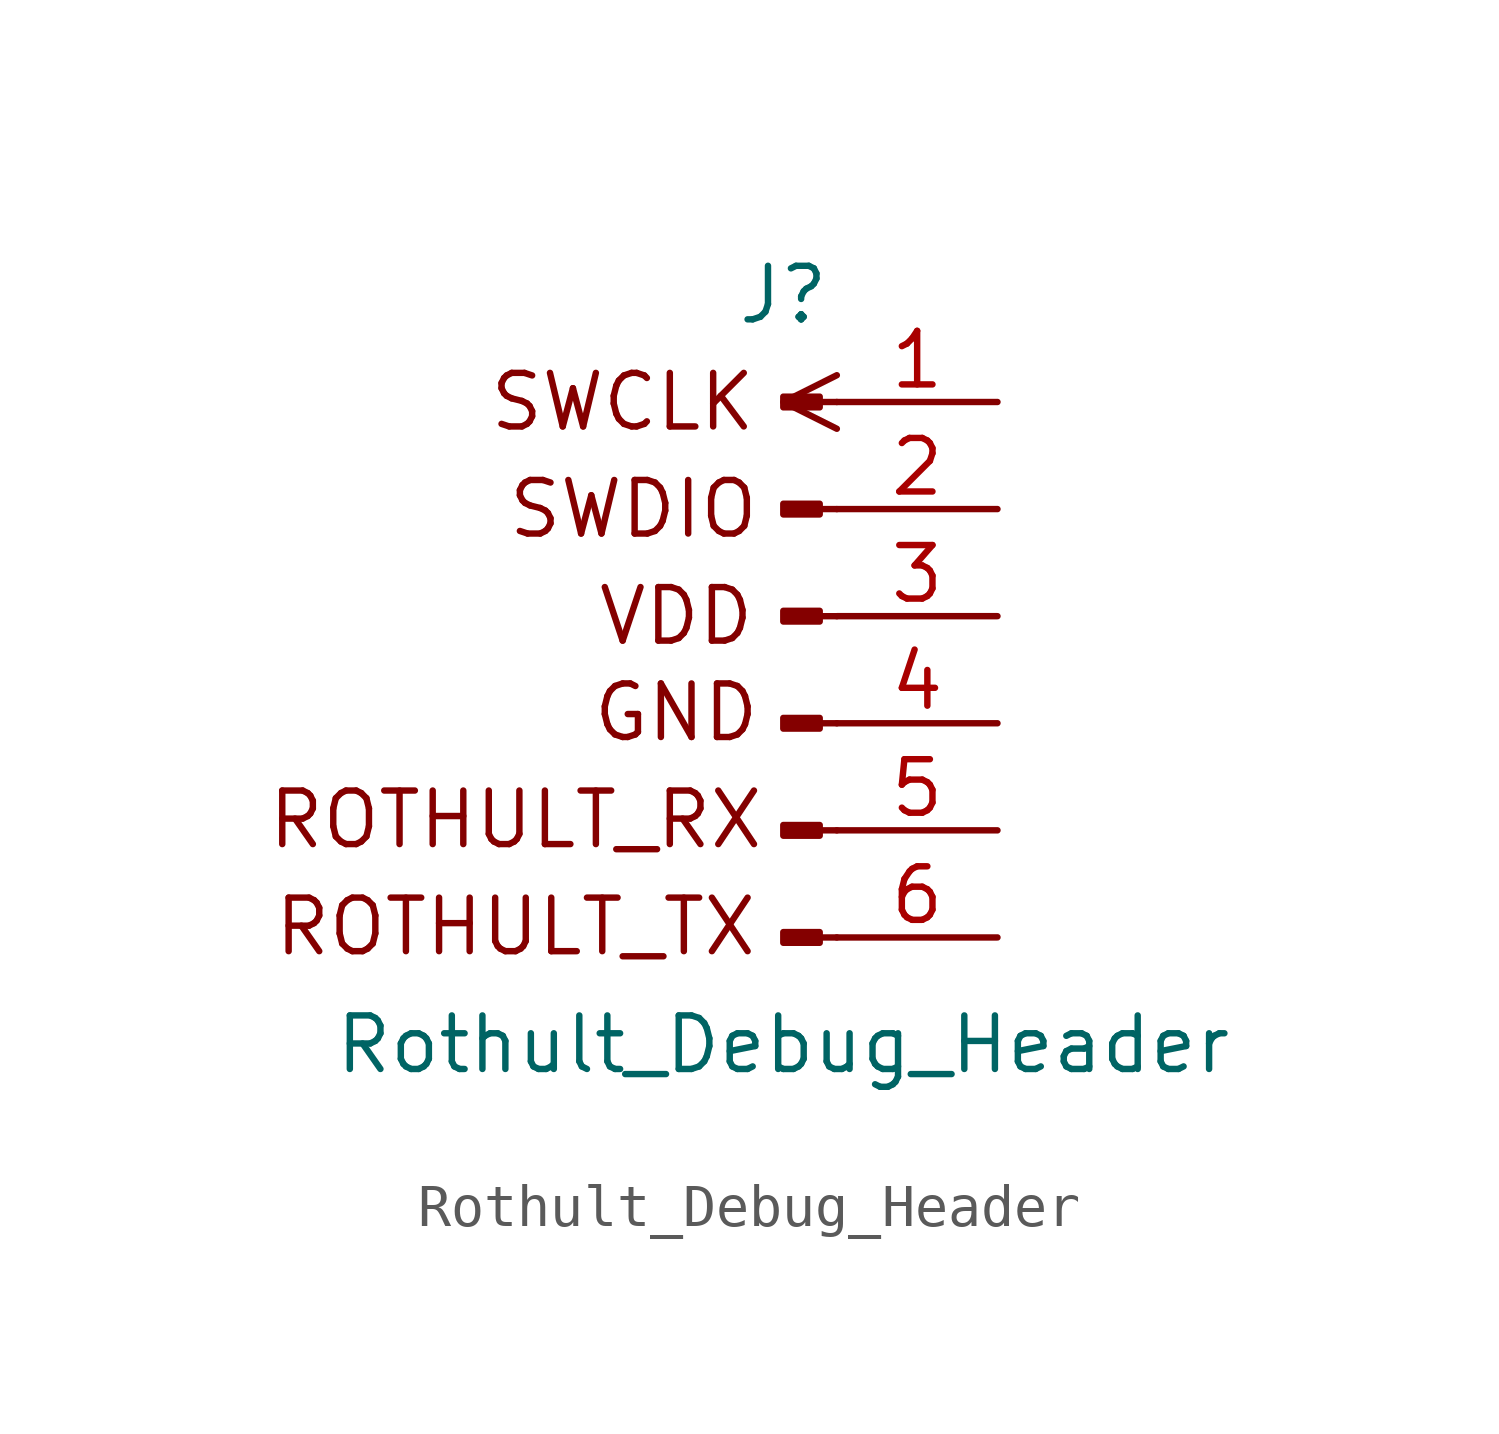
<source format=kicad_sym>
(kicad_symbol_lib
  (version 20231120)
  (generator "kicad_symbol_editor")
  (generator_version "8.0")
  (symbol "Rothult_Debug_Header"
    (pin_names
      (offset 1.016) hide)
    (property "Reference" "J"
      (at 0 7.62 0)
      (effects (font (size 1.27 1.27))))
    (property "Value" "Rothult_Debug_Header"
      (at 0 -10.16 0)
      (effects (font (size 1.27 1.27))))
    (symbol "Rothult_Debug_Header_1_1"
      (polyline (pts (xy 1.27 -7.62) (xy 0.864 -7.62)) (stroke (width 0.152) (type default)) (fill (type none)))
      (polyline (pts (xy 1.27 -5.08) (xy 0.864 -5.08)) (stroke (width 0.152) (type default)) (fill (type none)))
      (polyline (pts (xy 1.27 -2.54) (xy 0.864 -2.54)) (stroke (width 0.152) (type default)) (fill (type none)))
      (polyline (pts (xy 1.27 0) (xy 0.864 0)) (stroke (width 0.152) (type default)) (fill (type none)))
      (polyline (pts (xy 1.27 2.54) (xy 0.864 2.54)) (stroke (width 0.152) (type default)) (fill (type none)))
      (polyline (pts (xy 1.27 5.08) (xy 0.864 5.08)) (stroke (width 0.152) (type default)) (fill (type none)))
      (rectangle (start 0.864 -7.493) (end 0 -7.747) (stroke (width 0.152) (type default)) (fill (type outline)))
      (rectangle (start 0.864 -4.953) (end 0 -5.207) (stroke (width 0.152) (type default)) (fill (type outline)))
      (rectangle (start 0.864 -2.413) (end 0 -2.667) (stroke (width 0.152) (type default)) (fill (type outline)))
      (rectangle (start 0.864 0.127) (end 0 -0.127) (stroke (width 0.152) (type default)) (fill (type outline)))
      (rectangle (start 0.864 2.667) (end 0 2.413) (stroke (width 0.152) (type default)) (fill (type outline)))
      (rectangle (start 0.864 5.207) (end 0 4.953) (stroke (width 0.152) (type default)) (fill (type outline)))
      (text "GND" (at -2.54 -2.286 0) (effects (font (size 1.27 1.27))))
      (text "ROTHULT_RX" (at -6.35 -4.826 0) (effects (font (size 1.27 1.27))))
      (text "ROTHULT_TX" (at -6.35 -7.366 0) (effects (font (size 1.27 1.27))))
      (text "SWCLK" (at -3.81 5.08 0) (effects (font (size 1.27 1.27))))
      (text "SWDIO" (at -3.556 2.54 0) (effects (font (size 1.27 1.27))))
      (text "VDD" (at -2.54 0 0) (effects (font (size 1.27 1.27))))
      (pin output clock (at 5.08 5.08 180) (length 3.81) (name "SWCLK" (effects (font (size 1.27 1.27)))) (number "1" (effects (font (size 1.27 1.27)))))
      (pin bidirectional line (at 5.08 2.54 180) (length 3.81) (name "SWDIO" (effects (font (size 1.27 1.27)))) (number "2" (effects (font (size 1.27 1.27)))))
      (pin power_in line (at 5.08 0 180) (length 3.81) (name "VDD" (effects (font (size 1.27 1.27)))) (number "3" (effects (font (size 1.27 1.27)))))
      (pin power_in line (at 5.08 -2.54 180) (length 3.81) (name "GND" (effects (font (size 1.27 1.27)))) (number "4" (effects (font (size 1.27 1.27)))))
      (pin output line (at 5.08 -5.08 180) (length 3.81) (name "ROTHULT_RX" (effects (font (size 1.27 1.27)))) (number "5" (effects (font (size 1.27 1.27)))))
      (pin input line (at 5.08 -7.62 180) (length 3.81) (name "ROTHULT_TX" (effects (font (size 1.27 1.27)))) (number "6" (effects (font (size 1.27 1.27))))))))
</source>
